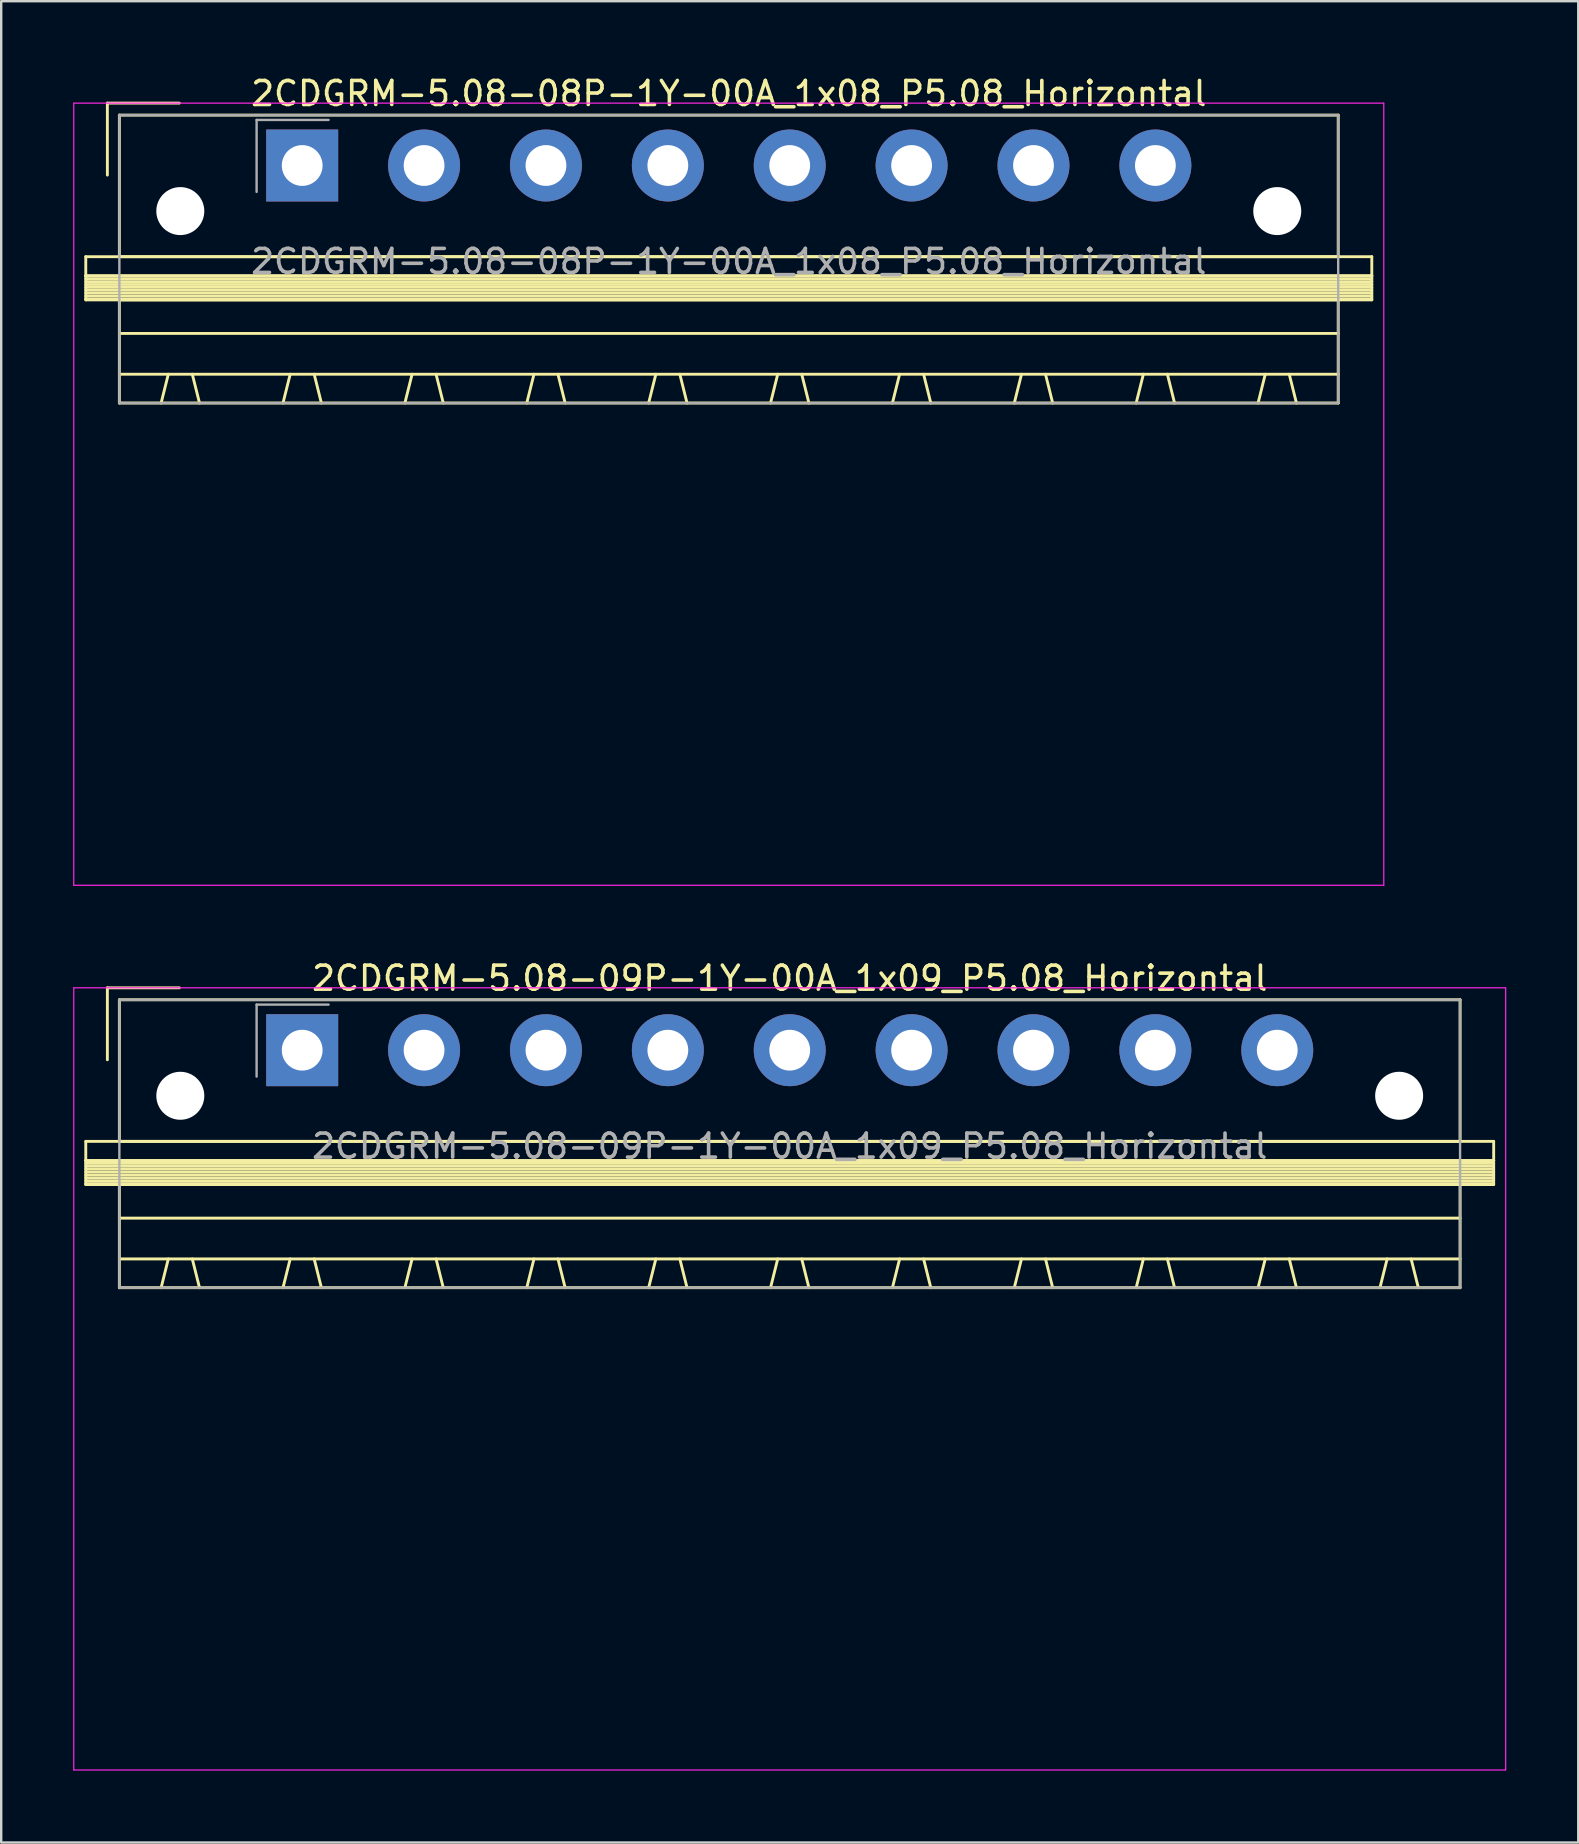
<source format=kicad_pcb>
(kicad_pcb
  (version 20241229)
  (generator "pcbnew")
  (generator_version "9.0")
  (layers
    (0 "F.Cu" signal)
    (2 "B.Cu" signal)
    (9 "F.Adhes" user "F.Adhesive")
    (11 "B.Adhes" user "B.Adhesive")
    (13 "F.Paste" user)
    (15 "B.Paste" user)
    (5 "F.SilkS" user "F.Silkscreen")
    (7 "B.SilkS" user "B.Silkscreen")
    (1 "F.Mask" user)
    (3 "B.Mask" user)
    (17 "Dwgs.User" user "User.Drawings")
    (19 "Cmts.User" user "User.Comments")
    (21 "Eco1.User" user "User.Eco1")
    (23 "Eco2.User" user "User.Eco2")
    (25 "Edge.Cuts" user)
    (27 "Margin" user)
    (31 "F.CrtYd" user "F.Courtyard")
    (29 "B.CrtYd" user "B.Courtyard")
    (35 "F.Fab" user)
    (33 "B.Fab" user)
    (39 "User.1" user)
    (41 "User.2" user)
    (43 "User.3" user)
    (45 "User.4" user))
  (footprint "2CDGRM-5.08-09P-1Y-00A_1x09_P5.08_Horizontal"
    (layer "F.Cu")
    (at 9.545 40.721)
    (property "Reference" "2CDGRM-5.08-09P-1Y-00A_1x09_P5.08_Horizontal" (at 20.32 -3 0) (layer "F.SilkS") (effects (font (size 1 1) (thickness 0.15))))
    (attr through_hole)
    (fp_line (start -9.02 3.8) (end -9.02 4.6) (stroke (width 0.12) (type solid)) (layer "F.SilkS"))
    (fp_line (start -9.02 4.6) (end -9.02 5.6) (stroke (width 0.12) (type solid)) (layer "F.SilkS"))
    (fp_line (start -9.02 4.6) (end 49.66 4.6) (stroke (width 0.12) (type solid)) (layer "F.SilkS"))
    (fp_line (start -9.02 4.72) (end 49.66 4.72) (stroke (width 0.12) (type solid)) (layer "F.SilkS"))
    (fp_line (start -9.02 4.84) (end 49.66 4.84) (stroke (width 0.12) (type solid)) (layer "F.SilkS"))
    (fp_line (start -9.02 4.96) (end 49.66 4.96) (stroke (width 0.12) (type solid)) (layer "F.SilkS"))
    (fp_line (start -9.02 5.08) (end 49.66 5.08) (stroke (width 0.12) (type solid)) (layer "F.SilkS"))
    (fp_line (start -9.02 5.2) (end 49.66 5.2) (stroke (width 0.12) (type solid)) (layer "F.SilkS"))
    (fp_line (start -9.02 5.32) (end 49.66 5.32) (stroke (width 0.12) (type solid)) (layer "F.SilkS"))
    (fp_line (start -9.02 5.44) (end 49.66 5.44) (stroke (width 0.12) (type solid)) (layer "F.SilkS"))
    (fp_line (start -9.02 5.56) (end 49.66 5.56) (stroke (width 0.12) (type solid)) (layer "F.SilkS"))
    (fp_line (start -9.02 5.6) (end 49.66 5.6) (stroke (width 0.12) (type solid)) (layer "F.SilkS"))
    (fp_line (start -8.12 -2.6) (end -8.12 0.4) (stroke (width 0.12) (type solid)) (layer "F.SilkS"))
    (fp_line (start -8.12 -2.6) (end -5.12 -2.6) (stroke (width 0.12) (type solid)) (layer "F.SilkS"))
    (fp_line (start -7.62 -2.1) (end -7.62 3.8) (stroke (width 0.12) (type solid)) (layer "F.SilkS"))
    (fp_line (start -7.62 3.8) (end 48.26 3.8) (stroke (width 0.12) (type solid)) (layer "F.SilkS"))
    (fp_line (start -7.62 5.6) (end -7.62 9.9) (stroke (width 0.12) (type solid)) (layer "F.SilkS"))
    (fp_line (start -7.62 7) (end 48.26 7) (stroke (width 0.12) (type solid)) (layer "F.SilkS"))
    (fp_line (start -7.62 8.7) (end 48.26 8.7) (stroke (width 0.12) (type solid)) (layer "F.SilkS"))
    (fp_line (start -7.62 9.9) (end 48.26 9.9) (stroke (width 0.12) (type solid)) (layer "F.SilkS"))
    (fp_line (start -5.58 8.7) (end -5.88 9.9) (stroke (width 0.12) (type solid)) (layer "F.SilkS"))
    (fp_line (start -4.58 8.7) (end -4.28 9.9) (stroke (width 0.12) (type solid)) (layer "F.SilkS"))
    (fp_line (start -0.5 8.7) (end -0.8 9.9) (stroke (width 0.12) (type solid)) (layer "F.SilkS"))
    (fp_line (start 0.5 8.7) (end 0.8 9.9) (stroke (width 0.12) (type solid)) (layer "F.SilkS"))
    (fp_line (start 4.58 8.7) (end 4.28 9.9) (stroke (width 0.12) (type solid)) (layer "F.SilkS"))
    (fp_line (start 5.58 8.7) (end 5.88 9.9) (stroke (width 0.12) (type solid)) (layer "F.SilkS"))
    (fp_line (start 9.66 8.7) (end 9.36 9.9) (stroke (width 0.12) (type solid)) (layer "F.SilkS"))
    (fp_line (start 10.66 8.7) (end 10.96 9.9) (stroke (width 0.12) (type solid)) (layer "F.SilkS"))
    (fp_line (start 14.74 8.7) (end 14.44 9.9) (stroke (width 0.12) (type solid)) (layer "F.SilkS"))
    (fp_line (start 15.74 8.7) (end 16.04 9.9) (stroke (width 0.12) (type solid)) (layer "F.SilkS"))
    (fp_line (start 19.82 8.7) (end 19.52 9.9) (stroke (width 0.12) (type solid)) (layer "F.SilkS"))
    (fp_line (start 20.82 8.7) (end 21.12 9.9) (stroke (width 0.12) (type solid)) (layer "F.SilkS"))
    (fp_line (start 24.9 8.7) (end 24.6 9.9) (stroke (width 0.12) (type solid)) (layer "F.SilkS"))
    (fp_line (start 25.9 8.7) (end 26.2 9.9) (stroke (width 0.12) (type solid)) (layer "F.SilkS"))
    (fp_line (start 29.98 8.7) (end 29.68 9.9) (stroke (width 0.12) (type solid)) (layer "F.SilkS"))
    (fp_line (start 30.98 8.7) (end 31.28 9.9) (stroke (width 0.12) (type solid)) (layer "F.SilkS"))
    (fp_line (start 35.06 8.7) (end 34.76 9.9) (stroke (width 0.12) (type solid)) (layer "F.SilkS"))
    (fp_line (start 36.06 8.7) (end 36.36 9.9) (stroke (width 0.12) (type solid)) (layer "F.SilkS"))
    (fp_line (start 40.14 8.7) (end 39.84 9.9) (stroke (width 0.12) (type solid)) (layer "F.SilkS"))
    (fp_line (start 41.14 8.7) (end 41.44 9.9) (stroke (width 0.12) (type solid)) (layer "F.SilkS"))
    (fp_line (start 45.22 8.7) (end 44.92 9.9) (stroke (width 0.12) (type solid)) (layer "F.SilkS"))
    (fp_line (start 46.22 8.7) (end 46.52 9.9) (stroke (width 0.12) (type solid)) (layer "F.SilkS"))
    (fp_line (start 48.26 -2.1) (end -7.62 -2.1) (stroke (width 0.12) (type solid)) (layer "F.SilkS"))
    (fp_line (start 48.26 3.8) (end 48.26 -2.1) (stroke (width 0.12) (type solid)) (layer "F.SilkS"))
    (fp_line (start 48.26 5.6) (end -7.62 5.6) (stroke (width 0.12) (type solid)) (layer "F.SilkS"))
    (fp_line (start 48.26 9.9) (end 48.26 5.6) (stroke (width 0.12) (type solid)) (layer "F.SilkS"))
    (fp_line (start 49.66 3.8) (end -9.02 3.8) (stroke (width 0.12) (type solid)) (layer "F.SilkS"))
    (fp_line (start 49.66 4.6) (end -9.02 4.6) (stroke (width 0.12) (type solid)) (layer "F.SilkS"))
    (fp_line (start 49.66 4.6) (end 49.66 3.8) (stroke (width 0.12) (type solid)) (layer "F.SilkS"))
    (fp_line (start 49.66 5.6) (end 49.66 4.6) (stroke (width 0.12) (type solid)) (layer "F.SilkS"))
    (fp_line (start -9.52 -2.6) (end -9.52 30) (stroke (width 0.05) (type solid)) (layer "F.CrtYd"))
    (fp_line (start -9.52 30) (end 50.16 30) (stroke (width 0.05) (type solid)) (layer "F.CrtYd"))
    (fp_line (start 50.16 -2.6) (end -9.52 -2.6) (stroke (width 0.05) (type solid)) (layer "F.CrtYd"))
    (fp_line (start 50.16 30) (end 50.16 -2.6) (stroke (width 0.05) (type solid)) (layer "F.CrtYd"))
    (fp_line (start -7.62 -2.1) (end -7.62 9.9) (stroke (width 0.1) (type solid)) (layer "F.Fab"))
    (fp_line (start -7.62 9.9) (end 48.26 9.9) (stroke (width 0.1) (type solid)) (layer "F.Fab"))
    (fp_line (start -1.9 -1.9) (end -1.9 1.1) (stroke (width 0.1) (type solid)) (layer "F.Fab"))
    (fp_line (start -1.9 -1.9) (end 1.1 -1.9) (stroke (width 0.1) (type solid)) (layer "F.Fab"))
    (fp_line (start 48.26 -2.1) (end -7.62 -2.1) (stroke (width 0.1) (type solid)) (layer "F.Fab"))
    (fp_line (start 48.26 9.9) (end 48.26 -2.1) (stroke (width 0.1) (type solid)) (layer "F.Fab"))
    (fp_text user "${REFERENCE}" (at 20.32 4 0) (layer "F.Fab") (effects (font (size 1 1) (thickness 0.15))))
    (pad "" np_thru_hole circle (at -5.08 1.9) (size 2 2) (drill 2) (layers "*.Cu" "*.Mask"))
    (pad "" np_thru_hole circle (at 45.72 1.9) (size 2 2) (drill 2) (layers "*.Cu" "*.Mask"))
    (pad "1" thru_hole rect (at 0 0) (size 3 3) (drill 1.7) (layers "*.Cu" "*.Mask"))
    (pad "2" thru_hole circle (at 5.08 0) (size 3 3) (drill 1.7) (layers "*.Cu" "*.Mask"))
    (pad "3" thru_hole circle (at 10.16 0) (size 3 3) (drill 1.7) (layers "*.Cu" "*.Mask"))
    (pad "4" thru_hole circle (at 15.24 0) (size 3 3) (drill 1.7) (layers "*.Cu" "*.Mask"))
    (pad "5" thru_hole circle (at 20.32 0) (size 3 3) (drill 1.7) (layers "*.Cu" "*.Mask"))
    (pad "6" thru_hole circle (at 25.4 0) (size 3 3) (drill 1.7) (layers "*.Cu" "*.Mask"))
    (pad "7" thru_hole circle (at 30.48 0) (size 3 3) (drill 1.7) (layers "*.Cu" "*.Mask"))
    (pad "8" thru_hole circle (at 35.56 0) (size 3 3) (drill 1.7) (layers "*.Cu" "*.Mask"))
    (pad "9" thru_hole circle (at 40.64 0) (size 3 3) (drill 1.7) (layers "*.Cu" "*.Mask")))
  (footprint "2CDGRM-5.08-08P-1Y-00A_1x08_P5.08_Horizontal"
    (layer "F.Cu")
    (at 9.545 3.848)
    (property "Reference" "2CDGRM-5.08-08P-1Y-00A_1x08_P5.08_Horizontal" (at 17.78 -3 0) (layer "F.SilkS") (effects (font (size 1 1) (thickness 0.15))))
    (attr through_hole)
    (fp_line (start -9.02 3.8) (end -9.02 4.6) (stroke (width 0.12) (type solid)) (layer "F.SilkS"))
    (fp_line (start -9.02 4.6) (end -9.02 5.6) (stroke (width 0.12) (type solid)) (layer "F.SilkS"))
    (fp_line (start -9.02 4.6) (end 44.58 4.6) (stroke (width 0.12) (type solid)) (layer "F.SilkS"))
    (fp_line (start -9.02 4.72) (end 44.58 4.72) (stroke (width 0.12) (type solid)) (layer "F.SilkS"))
    (fp_line (start -9.02 4.84) (end 44.58 4.84) (stroke (width 0.12) (type solid)) (layer "F.SilkS"))
    (fp_line (start -9.02 4.96) (end 44.58 4.96) (stroke (width 0.12) (type solid)) (layer "F.SilkS"))
    (fp_line (start -9.02 5.08) (end 44.58 5.08) (stroke (width 0.12) (type solid)) (layer "F.SilkS"))
    (fp_line (start -9.02 5.2) (end 44.58 5.2) (stroke (width 0.12) (type solid)) (layer "F.SilkS"))
    (fp_line (start -9.02 5.32) (end 44.58 5.32) (stroke (width 0.12) (type solid)) (layer "F.SilkS"))
    (fp_line (start -9.02 5.44) (end 44.58 5.44) (stroke (width 0.12) (type solid)) (layer "F.SilkS"))
    (fp_line (start -9.02 5.56) (end 44.58 5.56) (stroke (width 0.12) (type solid)) (layer "F.SilkS"))
    (fp_line (start -9.02 5.6) (end 44.58 5.6) (stroke (width 0.12) (type solid)) (layer "F.SilkS"))
    (fp_line (start -8.12 -2.6) (end -8.12 0.4) (stroke (width 0.12) (type solid)) (layer "F.SilkS"))
    (fp_line (start -8.12 -2.6) (end -5.12 -2.6) (stroke (width 0.12) (type solid)) (layer "F.SilkS"))
    (fp_line (start -7.62 -2.1) (end -7.62 3.8) (stroke (width 0.12) (type solid)) (layer "F.SilkS"))
    (fp_line (start -7.62 3.8) (end 43.18 3.8) (stroke (width 0.12) (type solid)) (layer "F.SilkS"))
    (fp_line (start -7.62 5.6) (end -7.62 9.9) (stroke (width 0.12) (type solid)) (layer "F.SilkS"))
    (fp_line (start -7.62 7) (end 43.18 7) (stroke (width 0.12) (type solid)) (layer "F.SilkS"))
    (fp_line (start -7.62 8.7) (end 43.18 8.7) (stroke (width 0.12) (type solid)) (layer "F.SilkS"))
    (fp_line (start -7.62 9.9) (end 43.18 9.9) (stroke (width 0.12) (type solid)) (layer "F.SilkS"))
    (fp_line (start -5.58 8.7) (end -5.88 9.9) (stroke (width 0.12) (type solid)) (layer "F.SilkS"))
    (fp_line (start -4.58 8.7) (end -4.28 9.9) (stroke (width 0.12) (type solid)) (layer "F.SilkS"))
    (fp_line (start -0.5 8.7) (end -0.8 9.9) (stroke (width 0.12) (type solid)) (layer "F.SilkS"))
    (fp_line (start 0.5 8.7) (end 0.8 9.9) (stroke (width 0.12) (type solid)) (layer "F.SilkS"))
    (fp_line (start 4.58 8.7) (end 4.28 9.9) (stroke (width 0.12) (type solid)) (layer "F.SilkS"))
    (fp_line (start 5.58 8.7) (end 5.88 9.9) (stroke (width 0.12) (type solid)) (layer "F.SilkS"))
    (fp_line (start 9.66 8.7) (end 9.36 9.9) (stroke (width 0.12) (type solid)) (layer "F.SilkS"))
    (fp_line (start 10.66 8.7) (end 10.96 9.9) (stroke (width 0.12) (type solid)) (layer "F.SilkS"))
    (fp_line (start 14.74 8.7) (end 14.44 9.9) (stroke (width 0.12) (type solid)) (layer "F.SilkS"))
    (fp_line (start 15.74 8.7) (end 16.04 9.9) (stroke (width 0.12) (type solid)) (layer "F.SilkS"))
    (fp_line (start 19.82 8.7) (end 19.52 9.9) (stroke (width 0.12) (type solid)) (layer "F.SilkS"))
    (fp_line (start 20.82 8.7) (end 21.12 9.9) (stroke (width 0.12) (type solid)) (layer "F.SilkS"))
    (fp_line (start 24.9 8.7) (end 24.6 9.9) (stroke (width 0.12) (type solid)) (layer "F.SilkS"))
    (fp_line (start 25.9 8.7) (end 26.2 9.9) (stroke (width 0.12) (type solid)) (layer "F.SilkS"))
    (fp_line (start 29.98 8.7) (end 29.68 9.9) (stroke (width 0.12) (type solid)) (layer "F.SilkS"))
    (fp_line (start 30.98 8.7) (end 31.28 9.9) (stroke (width 0.12) (type solid)) (layer "F.SilkS"))
    (fp_line (start 35.06 8.7) (end 34.76 9.9) (stroke (width 0.12) (type solid)) (layer "F.SilkS"))
    (fp_line (start 36.06 8.7) (end 36.36 9.9) (stroke (width 0.12) (type solid)) (layer "F.SilkS"))
    (fp_line (start 40.14 8.7) (end 39.84 9.9) (stroke (width 0.12) (type solid)) (layer "F.SilkS"))
    (fp_line (start 41.14 8.7) (end 41.44 9.9) (stroke (width 0.12) (type solid)) (layer "F.SilkS"))
    (fp_line (start 43.18 -2.1) (end -7.62 -2.1) (stroke (width 0.12) (type solid)) (layer "F.SilkS"))
    (fp_line (start 43.18 3.8) (end 43.18 -2.1) (stroke (width 0.12) (type solid)) (layer "F.SilkS"))
    (fp_line (start 43.18 5.6) (end -7.62 5.6) (stroke (width 0.12) (type solid)) (layer "F.SilkS"))
    (fp_line (start 43.18 9.9) (end 43.18 5.6) (stroke (width 0.12) (type solid)) (layer "F.SilkS"))
    (fp_line (start 44.58 3.8) (end -9.02 3.8) (stroke (width 0.12) (type solid)) (layer "F.SilkS"))
    (fp_line (start 44.58 4.6) (end -9.02 4.6) (stroke (width 0.12) (type solid)) (layer "F.SilkS"))
    (fp_line (start 44.58 4.6) (end 44.58 3.8) (stroke (width 0.12) (type solid)) (layer "F.SilkS"))
    (fp_line (start 44.58 5.6) (end 44.58 4.6) (stroke (width 0.12) (type solid)) (layer "F.SilkS"))
    (fp_line (start -9.52 -2.6) (end -9.52 30) (stroke (width 0.05) (type solid)) (layer "F.CrtYd"))
    (fp_line (start -9.52 30) (end 45.08 30) (stroke (width 0.05) (type solid)) (layer "F.CrtYd"))
    (fp_line (start 45.08 -2.6) (end -9.52 -2.6) (stroke (width 0.05) (type solid)) (layer "F.CrtYd"))
    (fp_line (start 45.08 30) (end 45.08 -2.6) (stroke (width 0.05) (type solid)) (layer "F.CrtYd"))
    (fp_line (start -7.62 -2.1) (end -7.62 9.9) (stroke (width 0.1) (type solid)) (layer "F.Fab"))
    (fp_line (start -7.62 9.9) (end 43.18 9.9) (stroke (width 0.1) (type solid)) (layer "F.Fab"))
    (fp_line (start -1.9 -1.9) (end -1.9 1.1) (stroke (width 0.1) (type solid)) (layer "F.Fab"))
    (fp_line (start -1.9 -1.9) (end 1.1 -1.9) (stroke (width 0.1) (type solid)) (layer "F.Fab"))
    (fp_line (start 43.18 -2.1) (end -7.62 -2.1) (stroke (width 0.1) (type solid)) (layer "F.Fab"))
    (fp_line (start 43.18 9.9) (end 43.18 -2.1) (stroke (width 0.1) (type solid)) (layer "F.Fab"))
    (fp_text user "${REFERENCE}" (at 17.78 4 0) (layer "F.Fab") (effects (font (size 1 1) (thickness 0.15))))
    (pad "" np_thru_hole circle (at -5.08 1.9) (size 2 2) (drill 2) (layers "*.Cu" "*.Mask"))
    (pad "" np_thru_hole circle (at 40.64 1.9) (size 2 2) (drill 2) (layers "*.Cu" "*.Mask"))
    (pad "1" thru_hole rect (at 0 0) (size 3 3) (drill 1.7) (layers "*.Cu" "*.Mask"))
    (pad "2" thru_hole circle (at 5.08 0) (size 3 3) (drill 1.7) (layers "*.Cu" "*.Mask"))
    (pad "3" thru_hole circle (at 10.16 0) (size 3 3) (drill 1.7) (layers "*.Cu" "*.Mask"))
    (pad "4" thru_hole circle (at 15.24 0) (size 3 3) (drill 1.7) (layers "*.Cu" "*.Mask"))
    (pad "5" thru_hole circle (at 20.32 0) (size 3 3) (drill 1.7) (layers "*.Cu" "*.Mask"))
    (pad "6" thru_hole circle (at 25.4 0) (size 3 3) (drill 1.7) (layers "*.Cu" "*.Mask"))
    (pad "7" thru_hole circle (at 30.48 0) (size 3 3) (drill 1.7) (layers "*.Cu" "*.Mask"))
    (pad "8" thru_hole circle (at 35.56 0) (size 3 3) (drill 1.7) (layers "*.Cu" "*.Mask")))
  (gr_rect
    (start -3 -3)
    (end 62.73 73.746)
    (stroke (width 0.1) (type default))
    (fill no)
    (layer "Edge.Cuts")))
</source>
